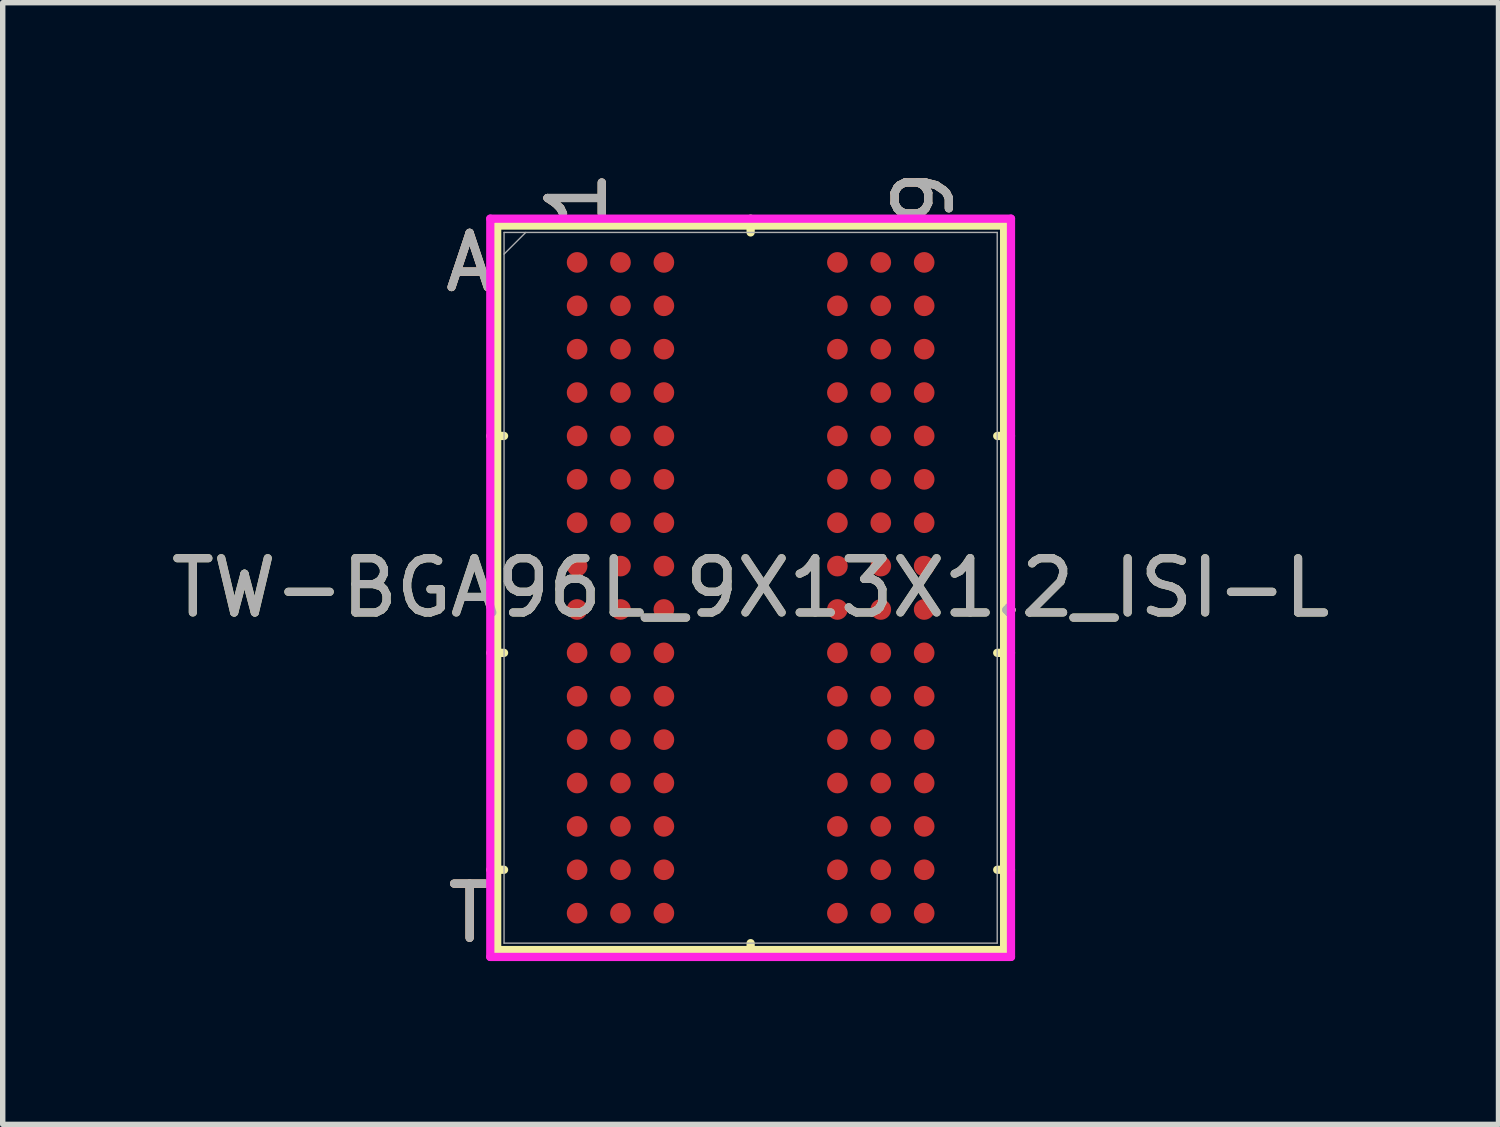
<source format=kicad_pcb>
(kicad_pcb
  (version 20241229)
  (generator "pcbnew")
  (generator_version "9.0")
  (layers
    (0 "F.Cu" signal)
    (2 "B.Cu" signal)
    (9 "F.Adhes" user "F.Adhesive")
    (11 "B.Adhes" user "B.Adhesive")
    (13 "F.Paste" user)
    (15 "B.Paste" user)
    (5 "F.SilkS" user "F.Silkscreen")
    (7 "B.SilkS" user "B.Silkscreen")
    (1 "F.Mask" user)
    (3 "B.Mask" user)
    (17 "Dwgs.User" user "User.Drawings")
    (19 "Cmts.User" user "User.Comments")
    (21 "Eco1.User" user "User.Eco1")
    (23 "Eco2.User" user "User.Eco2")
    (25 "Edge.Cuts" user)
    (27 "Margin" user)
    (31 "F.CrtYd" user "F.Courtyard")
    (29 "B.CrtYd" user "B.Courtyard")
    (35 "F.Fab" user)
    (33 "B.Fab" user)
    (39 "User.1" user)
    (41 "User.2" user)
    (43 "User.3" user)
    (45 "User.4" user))
  (footprint "TW-BGA96L_9X13X1.2_ISI-L"
    (layer "F.Cu")
    (at 10.792 7.789)
    (property "Reference" "TW-BGA96L_9X13X1.2_ISI-L" (at 0 0 0) (unlocked yes) (layer "F.SilkS") (effects (font (size 1 1) (thickness 0.15))))
    (attr smd)
    (fp_line (start -4.674 -6.68) (end -4.674 6.68) (stroke (width 0.152) (type solid)) (layer "F.SilkS"))
    (fp_line (start -4.674 6.68) (end 4.674 6.68) (stroke (width 0.152) (type solid)) (layer "F.SilkS"))
    (fp_line (start -4.547 -2.8) (end -4.801 -2.8) (stroke (width 0.152) (type solid)) (layer "F.SilkS"))
    (fp_line (start -4.547 1.2) (end -4.801 1.2) (stroke (width 0.152) (type solid)) (layer "F.SilkS"))
    (fp_line (start -4.547 5.2) (end -4.801 5.2) (stroke (width 0.152) (type solid)) (layer "F.SilkS"))
    (fp_line (start 0 -6.553) (end 0 -6.807) (stroke (width 0.152) (type solid)) (layer "F.SilkS"))
    (fp_line (start 0 6.553) (end 0 6.807) (stroke (width 0.152) (type solid)) (layer "F.SilkS"))
    (fp_line (start 4.547 -2.8) (end 4.801 -2.8) (stroke (width 0.152) (type solid)) (layer "F.SilkS"))
    (fp_line (start 4.547 1.2) (end 4.801 1.2) (stroke (width 0.152) (type solid)) (layer "F.SilkS"))
    (fp_line (start 4.547 5.2) (end 4.801 5.2) (stroke (width 0.152) (type solid)) (layer "F.SilkS"))
    (fp_line (start 4.674 -6.68) (end -4.674 -6.68) (stroke (width 0.152) (type solid)) (layer "F.SilkS"))
    (fp_line (start 4.674 6.68) (end 4.674 -6.68) (stroke (width 0.152) (type solid)) (layer "F.SilkS"))
    (fp_poly (pts (xy -4.045 -6.844) (xy 4.045 -6.844) (xy 4.045 6.844) (xy -4.045 6.844)) (stroke (width 0.1) (type solid)) (fill no) (layer "Eco2.User"))
    (fp_line (start -4.801 -6.807) (end 4.801 -6.807) (stroke (width 0.152) (type solid)) (layer "F.CrtYd"))
    (fp_line (start -4.801 6.807) (end -4.801 -6.807) (stroke (width 0.152) (type solid)) (layer "F.CrtYd"))
    (fp_line (start 4.801 -6.807) (end 4.801 6.807) (stroke (width 0.152) (type solid)) (layer "F.CrtYd"))
    (fp_line (start 4.801 6.807) (end -4.801 6.807) (stroke (width 0.152) (type solid)) (layer "F.CrtYd"))
    (fp_line (start -4.547 -6.553) (end -4.547 6.553) (stroke (width 0.025) (type solid)) (layer "F.Fab"))
    (fp_line (start -4.547 6.553) (end 4.547 6.553) (stroke (width 0.025) (type solid)) (layer "F.Fab"))
    (fp_line (start -4.147 -6.553) (end -4.547 -6.153) (stroke (width 0.025) (type solid)) (layer "F.Fab"))
    (fp_line (start 4.547 -6.553) (end -4.547 -6.553) (stroke (width 0.025) (type solid)) (layer "F.Fab"))
    (fp_line (start 4.547 6.553) (end 4.547 -6.553) (stroke (width 0.025) (type solid)) (layer "F.Fab"))
    (fp_text user "T" (at -5.182 6 0) (unlocked yes) (layer "F.SilkS") (effects (font (size 1 1) (thickness 0.15))))
    (fp_text user "9" (at 3.2 -7.188 90) (unlocked yes) (layer "F.SilkS") (effects (font (size 1 1) (thickness 0.15))))
    (fp_text user "A" (at -5.182 -6 0) (unlocked yes) (layer "F.SilkS") (effects (font (size 1 1) (thickness 0.15))))
    (fp_text user "1" (at -3.2 -7.188 90) (unlocked yes) (layer "F.SilkS") (effects (font (size 1 1) (thickness 0.15))))
    (fp_text user "9" (at 3.2 -7.188 90) (unlocked yes) (layer "B.SilkS") (effects (font (size 1 1) (thickness 0.15))))
    (fp_text user "A" (at -5.182 -6 0) (unlocked yes) (layer "B.SilkS") (effects (font (size 1 1) (thickness 0.15))))
    (fp_text user "1" (at -3.2 -7.188 90) (unlocked yes) (layer "B.SilkS") (effects (font (size 1 1) (thickness 0.15))))
    (fp_text user "T" (at -5.182 6 0) (unlocked yes) (layer "B.SilkS") (effects (font (size 1 1) (thickness 0.15))))
    (fp_text user "9" (at 3.2 -7.188 90) (unlocked yes) (layer "F.Fab") (effects (font (size 1 1) (thickness 0.15))))
    (fp_text user "1" (at -3.2 -7.188 90) (unlocked yes) (layer "F.Fab") (effects (font (size 1 1) (thickness 0.15))))
    (fp_text user "${REFERENCE}" (at 0 0 0) (unlocked yes) (layer "F.Fab") (effects (font (size 1 1) (thickness 0.15))))
    (fp_text user "T" (at -5.182 6 0) (unlocked yes) (layer "F.Fab") (effects (font (size 1 1) (thickness 0.15))))
    (fp_text user "A" (at -5.182 -6 0) (unlocked yes) (layer "F.Fab") (effects (font (size 1 1) (thickness 0.15))))
    (pad "A1" smd circle (at -3.2 -6) (size 0.381 0.381) (layers "F.Cu" "F.Mask" "F.Paste"))
    (pad "A2" smd circle (at -2.4 -6) (size 0.381 0.381) (layers "F.Cu" "F.Mask" "F.Paste"))
    (pad "A3" smd circle (at -1.6 -6) (size 0.381 0.381) (layers "F.Cu" "F.Mask" "F.Paste"))
    (pad "A7" smd circle (at 1.6 -6) (size 0.381 0.381) (layers "F.Cu" "F.Mask" "F.Paste"))
    (pad "A8" smd circle (at 2.4 -6) (size 0.381 0.381) (layers "F.Cu" "F.Mask" "F.Paste"))
    (pad "A9" smd circle (at 3.2 -6) (size 0.381 0.381) (layers "F.Cu" "F.Mask" "F.Paste"))
    (pad "B1" smd circle (at -3.2 -5.2) (size 0.381 0.381) (layers "F.Cu" "F.Mask" "F.Paste"))
    (pad "B2" smd circle (at -2.4 -5.2) (size 0.381 0.381) (layers "F.Cu" "F.Mask" "F.Paste"))
    (pad "B3" smd circle (at -1.6 -5.2) (size 0.381 0.381) (layers "F.Cu" "F.Mask" "F.Paste"))
    (pad "B7" smd circle (at 1.6 -5.2) (size 0.381 0.381) (layers "F.Cu" "F.Mask" "F.Paste"))
    (pad "B8" smd circle (at 2.4 -5.2) (size 0.381 0.381) (layers "F.Cu" "F.Mask" "F.Paste"))
    (pad "B9" smd circle (at 3.2 -5.2) (size 0.381 0.381) (layers "F.Cu" "F.Mask" "F.Paste"))
    (pad "C1" smd circle (at -3.2 -4.4) (size 0.381 0.381) (layers "F.Cu" "F.Mask" "F.Paste"))
    (pad "C2" smd circle (at -2.4 -4.4) (size 0.381 0.381) (layers "F.Cu" "F.Mask" "F.Paste"))
    (pad "C3" smd circle (at -1.6 -4.4) (size 0.381 0.381) (layers "F.Cu" "F.Mask" "F.Paste"))
    (pad "C7" smd circle (at 1.6 -4.4) (size 0.381 0.381) (layers "F.Cu" "F.Mask" "F.Paste"))
    (pad "C8" smd circle (at 2.4 -4.4) (size 0.381 0.381) (layers "F.Cu" "F.Mask" "F.Paste"))
    (pad "C9" smd circle (at 3.2 -4.4) (size 0.381 0.381) (layers "F.Cu" "F.Mask" "F.Paste"))
    (pad "D1" smd circle (at -3.2 -3.6) (size 0.381 0.381) (layers "F.Cu" "F.Mask" "F.Paste"))
    (pad "D2" smd circle (at -2.4 -3.6) (size 0.381 0.381) (layers "F.Cu" "F.Mask" "F.Paste"))
    (pad "D3" smd circle (at -1.6 -3.6) (size 0.381 0.381) (layers "F.Cu" "F.Mask" "F.Paste"))
    (pad "D7" smd circle (at 1.6 -3.6) (size 0.381 0.381) (layers "F.Cu" "F.Mask" "F.Paste"))
    (pad "D8" smd circle (at 2.4 -3.6) (size 0.381 0.381) (layers "F.Cu" "F.Mask" "F.Paste"))
    (pad "D9" smd circle (at 3.2 -3.6) (size 0.381 0.381) (layers "F.Cu" "F.Mask" "F.Paste"))
    (pad "E1" smd circle (at -3.2 -2.8) (size 0.381 0.381) (layers "F.Cu" "F.Mask" "F.Paste"))
    (pad "E2" smd circle (at -2.4 -2.8) (size 0.381 0.381) (layers "F.Cu" "F.Mask" "F.Paste"))
    (pad "E3" smd circle (at -1.6 -2.8) (size 0.381 0.381) (layers "F.Cu" "F.Mask" "F.Paste"))
    (pad "E7" smd circle (at 1.6 -2.8) (size 0.381 0.381) (layers "F.Cu" "F.Mask" "F.Paste"))
    (pad "E8" smd circle (at 2.4 -2.8) (size 0.381 0.381) (layers "F.Cu" "F.Mask" "F.Paste"))
    (pad "E9" smd circle (at 3.2 -2.8) (size 0.381 0.381) (layers "F.Cu" "F.Mask" "F.Paste"))
    (pad "F1" smd circle (at -3.2 -2) (size 0.381 0.381) (layers "F.Cu" "F.Mask" "F.Paste"))
    (pad "F2" smd circle (at -2.4 -2) (size 0.381 0.381) (layers "F.Cu" "F.Mask" "F.Paste"))
    (pad "F3" smd circle (at -1.6 -2) (size 0.381 0.381) (layers "F.Cu" "F.Mask" "F.Paste"))
    (pad "F7" smd circle (at 1.6 -2) (size 0.381 0.381) (layers "F.Cu" "F.Mask" "F.Paste"))
    (pad "F8" smd circle (at 2.4 -2) (size 0.381 0.381) (layers "F.Cu" "F.Mask" "F.Paste"))
    (pad "F9" smd circle (at 3.2 -2) (size 0.381 0.381) (layers "F.Cu" "F.Mask" "F.Paste"))
    (pad "G1" smd circle (at -3.2 -1.2) (size 0.381 0.381) (layers "F.Cu" "F.Mask" "F.Paste"))
    (pad "G2" smd circle (at -2.4 -1.2) (size 0.381 0.381) (layers "F.Cu" "F.Mask" "F.Paste"))
    (pad "G3" smd circle (at -1.6 -1.2) (size 0.381 0.381) (layers "F.Cu" "F.Mask" "F.Paste"))
    (pad "G7" smd circle (at 1.6 -1.2) (size 0.381 0.381) (layers "F.Cu" "F.Mask" "F.Paste"))
    (pad "G8" smd circle (at 2.4 -1.2) (size 0.381 0.381) (layers "F.Cu" "F.Mask" "F.Paste"))
    (pad "G9" smd circle (at 3.2 -1.2) (size 0.381 0.381) (layers "F.Cu" "F.Mask" "F.Paste"))
    (pad "H1" smd circle (at -3.2 -0.4) (size 0.381 0.381) (layers "F.Cu" "F.Mask" "F.Paste"))
    (pad "H2" smd circle (at -2.4 -0.4) (size 0.381 0.381) (layers "F.Cu" "F.Mask" "F.Paste"))
    (pad "H3" smd circle (at -1.6 -0.4) (size 0.381 0.381) (layers "F.Cu" "F.Mask" "F.Paste"))
    (pad "H7" smd circle (at 1.6 -0.4) (size 0.381 0.381) (layers "F.Cu" "F.Mask" "F.Paste"))
    (pad "H8" smd circle (at 2.4 -0.4) (size 0.381 0.381) (layers "F.Cu" "F.Mask" "F.Paste"))
    (pad "H9" smd circle (at 3.2 -0.4) (size 0.381 0.381) (layers "F.Cu" "F.Mask" "F.Paste"))
    (pad "J1" smd circle (at -3.2 0.4) (size 0.381 0.381) (layers "F.Cu" "F.Mask" "F.Paste"))
    (pad "J2" smd circle (at -2.4 0.4) (size 0.381 0.381) (layers "F.Cu" "F.Mask" "F.Paste"))
    (pad "J3" smd circle (at -1.6 0.4) (size 0.381 0.381) (layers "F.Cu" "F.Mask" "F.Paste"))
    (pad "J7" smd circle (at 1.6 0.4) (size 0.381 0.381) (layers "F.Cu" "F.Mask" "F.Paste"))
    (pad "J8" smd circle (at 2.4 0.4) (size 0.381 0.381) (layers "F.Cu" "F.Mask" "F.Paste"))
    (pad "J9" smd circle (at 3.2 0.4) (size 0.381 0.381) (layers "F.Cu" "F.Mask" "F.Paste"))
    (pad "K1" smd circle (at -3.2 1.2) (size 0.381 0.381) (layers "F.Cu" "F.Mask" "F.Paste"))
    (pad "K2" smd circle (at -2.4 1.2) (size 0.381 0.381) (layers "F.Cu" "F.Mask" "F.Paste"))
    (pad "K3" smd circle (at -1.6 1.2) (size 0.381 0.381) (layers "F.Cu" "F.Mask" "F.Paste"))
    (pad "K7" smd circle (at 1.6 1.2) (size 0.381 0.381) (layers "F.Cu" "F.Mask" "F.Paste"))
    (pad "K8" smd circle (at 2.4 1.2) (size 0.381 0.381) (layers "F.Cu" "F.Mask" "F.Paste"))
    (pad "K9" smd circle (at 3.2 1.2) (size 0.381 0.381) (layers "F.Cu" "F.Mask" "F.Paste"))
    (pad "L1" smd circle (at -3.2 2) (size 0.381 0.381) (layers "F.Cu" "F.Mask" "F.Paste"))
    (pad "L2" smd circle (at -2.4 2) (size 0.381 0.381) (layers "F.Cu" "F.Mask" "F.Paste"))
    (pad "L3" smd circle (at -1.6 2) (size 0.381 0.381) (layers "F.Cu" "F.Mask" "F.Paste"))
    (pad "L7" smd circle (at 1.6 2) (size 0.381 0.381) (layers "F.Cu" "F.Mask" "F.Paste"))
    (pad "L8" smd circle (at 2.4 2) (size 0.381 0.381) (layers "F.Cu" "F.Mask" "F.Paste"))
    (pad "L9" smd circle (at 3.2 2) (size 0.381 0.381) (layers "F.Cu" "F.Mask" "F.Paste"))
    (pad "M1" smd circle (at -3.2 2.8) (size 0.381 0.381) (layers "F.Cu" "F.Mask" "F.Paste"))
    (pad "M2" smd circle (at -2.4 2.8) (size 0.381 0.381) (layers "F.Cu" "F.Mask" "F.Paste"))
    (pad "M3" smd circle (at -1.6 2.8) (size 0.381 0.381) (layers "F.Cu" "F.Mask" "F.Paste"))
    (pad "M7" smd circle (at 1.6 2.8) (size 0.381 0.381) (layers "F.Cu" "F.Mask" "F.Paste"))
    (pad "M8" smd circle (at 2.4 2.8) (size 0.381 0.381) (layers "F.Cu" "F.Mask" "F.Paste"))
    (pad "M9" smd circle (at 3.2 2.8) (size 0.381 0.381) (layers "F.Cu" "F.Mask" "F.Paste"))
    (pad "N1" smd circle (at -3.2 3.6) (size 0.381 0.381) (layers "F.Cu" "F.Mask" "F.Paste"))
    (pad "N2" smd circle (at -2.4 3.6) (size 0.381 0.381) (layers "F.Cu" "F.Mask" "F.Paste"))
    (pad "N3" smd circle (at -1.6 3.6) (size 0.381 0.381) (layers "F.Cu" "F.Mask" "F.Paste"))
    (pad "N7" smd circle (at 1.6 3.6) (size 0.381 0.381) (layers "F.Cu" "F.Mask" "F.Paste"))
    (pad "N8" smd circle (at 2.4 3.6) (size 0.381 0.381) (layers "F.Cu" "F.Mask" "F.Paste"))
    (pad "N9" smd circle (at 3.2 3.6) (size 0.381 0.381) (layers "F.Cu" "F.Mask" "F.Paste"))
    (pad "P1" smd circle (at -3.2 4.4) (size 0.381 0.381) (layers "F.Cu" "F.Mask" "F.Paste"))
    (pad "P2" smd circle (at -2.4 4.4) (size 0.381 0.381) (layers "F.Cu" "F.Mask" "F.Paste"))
    (pad "P3" smd circle (at -1.6 4.4) (size 0.381 0.381) (layers "F.Cu" "F.Mask" "F.Paste"))
    (pad "P7" smd circle (at 1.6 4.4) (size 0.381 0.381) (layers "F.Cu" "F.Mask" "F.Paste"))
    (pad "P8" smd circle (at 2.4 4.4) (size 0.381 0.381) (layers "F.Cu" "F.Mask" "F.Paste"))
    (pad "P9" smd circle (at 3.2 4.4) (size 0.381 0.381) (layers "F.Cu" "F.Mask" "F.Paste"))
    (pad "R1" smd circle (at -3.2 5.2) (size 0.381 0.381) (layers "F.Cu" "F.Mask" "F.Paste"))
    (pad "R2" smd circle (at -2.4 5.2) (size 0.381 0.381) (layers "F.Cu" "F.Mask" "F.Paste"))
    (pad "R3" smd circle (at -1.6 5.2) (size 0.381 0.381) (layers "F.Cu" "F.Mask" "F.Paste"))
    (pad "R7" smd circle (at 1.6 5.2) (size 0.381 0.381) (layers "F.Cu" "F.Mask" "F.Paste"))
    (pad "R8" smd circle (at 2.4 5.2) (size 0.381 0.381) (layers "F.Cu" "F.Mask" "F.Paste"))
    (pad "R9" smd circle (at 3.2 5.2) (size 0.381 0.381) (layers "F.Cu" "F.Mask" "F.Paste"))
    (pad "T1" smd circle (at -3.2 6) (size 0.381 0.381) (layers "F.Cu" "F.Mask" "F.Paste"))
    (pad "T2" smd circle (at -2.4 6) (size 0.381 0.381) (layers "F.Cu" "F.Mask" "F.Paste"))
    (pad "T3" smd circle (at -1.6 6) (size 0.381 0.381) (layers "F.Cu" "F.Mask" "F.Paste"))
    (pad "T7" smd circle (at 1.6 6) (size 0.381 0.381) (layers "F.Cu" "F.Mask" "F.Paste"))
    (pad "T8" smd circle (at 2.4 6) (size 0.381 0.381) (layers "F.Cu" "F.Mask" "F.Paste"))
    (pad "T9" smd circle (at 3.2 6) (size 0.381 0.381) (layers "F.Cu" "F.Mask" "F.Paste")))
  (gr_rect
    (start -3 -3)
    (end 24.583 17.684)
    (stroke (width 0.1) (type default))
    (fill no)
    (layer "Edge.Cuts")))
</source>
